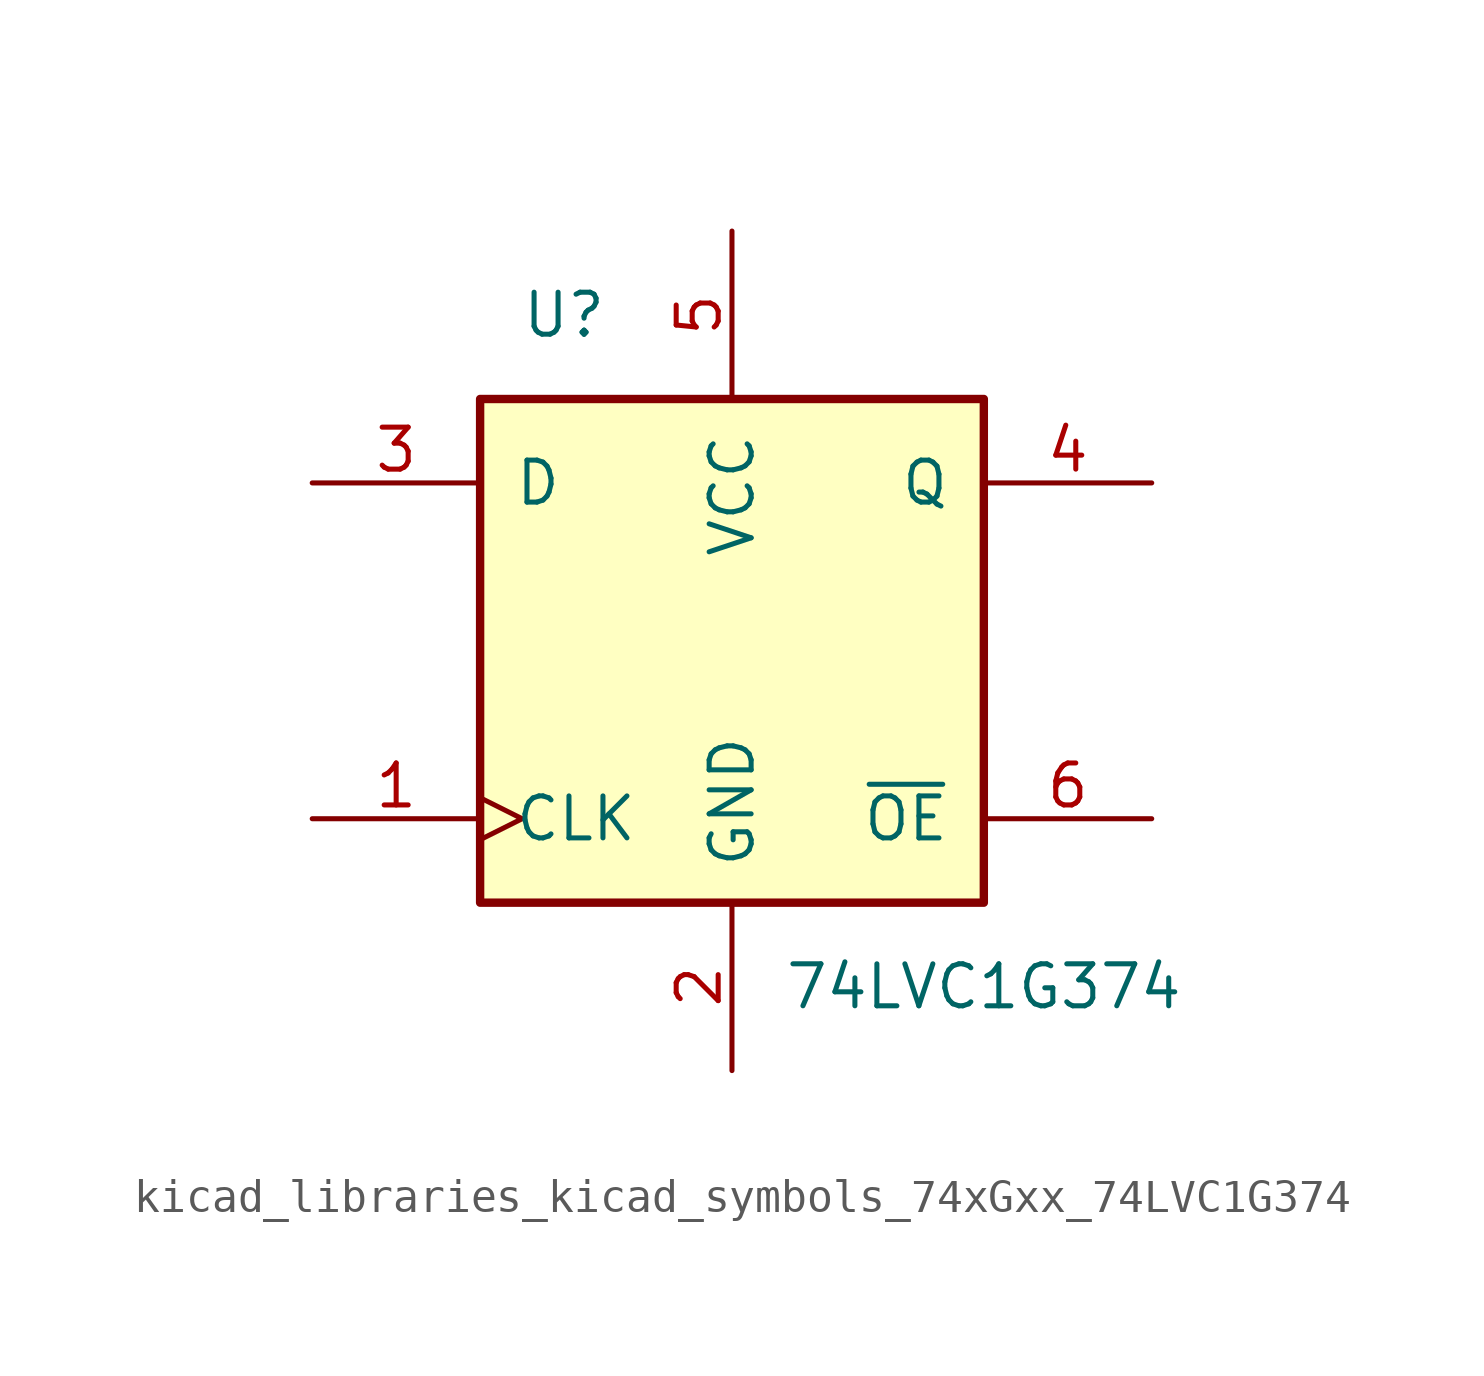
<source format=kicad_sym>
(kicad_symbol_lib
  (version 20220914)
  (generator kicad_symbol_editor)
  (symbol "kicad_libraries_kicad_symbols_74xGxx_74LVC1G374"
    (pin_names
      (offset 1.016))
    (property "Reference" "U"
      (at -5.08 10.16 0)
      (effects (font (size 1.27 1.27))))
    (property "Value" "74LVC1G374"
      (at 7.62 -10.16 0)
      (effects (font (size 1.27 1.27))))
    (symbol "kicad_libraries_kicad_symbols_74xGxx_74LVC1G374_0_1"
      (rectangle (start -7.62 7.62) (end 7.62 -7.62) (stroke (width 0.254) (type default)) (fill (type background))))
    (symbol "kicad_libraries_kicad_symbols_74xGxx_74LVC1G374_1_1"
      (pin input clock (at -12.7 -5.08 0) (length 5.08) (name "CLK" (effects (font (size 1.27 1.27)))) (number "1" (effects (font (size 1.27 1.27)))))
      (pin power_in line (at 0 -12.7 90) (length 5.08) (name "GND" (effects (font (size 1.27 1.27)))) (number "2" (effects (font (size 1.27 1.27)))))
      (pin input line (at -12.7 5.08 0) (length 5.08) (name "D" (effects (font (size 1.27 1.27)))) (number "3" (effects (font (size 1.27 1.27)))))
      (pin tri_state line (at 12.7 5.08 180) (length 5.08) (name "Q" (effects (font (size 1.27 1.27)))) (number "4" (effects (font (size 1.27 1.27)))))
      (pin power_in line (at 0 12.7 270) (length 5.08) (name "VCC" (effects (font (size 1.27 1.27)))) (number "5" (effects (font (size 1.27 1.27)))))
      (pin input line (at 12.7 -5.08 180) (length 5.08) (name "~{OE}" (effects (font (size 1.27 1.27)))) (number "6" (effects (font (size 1.27 1.27))))))))
</source>
